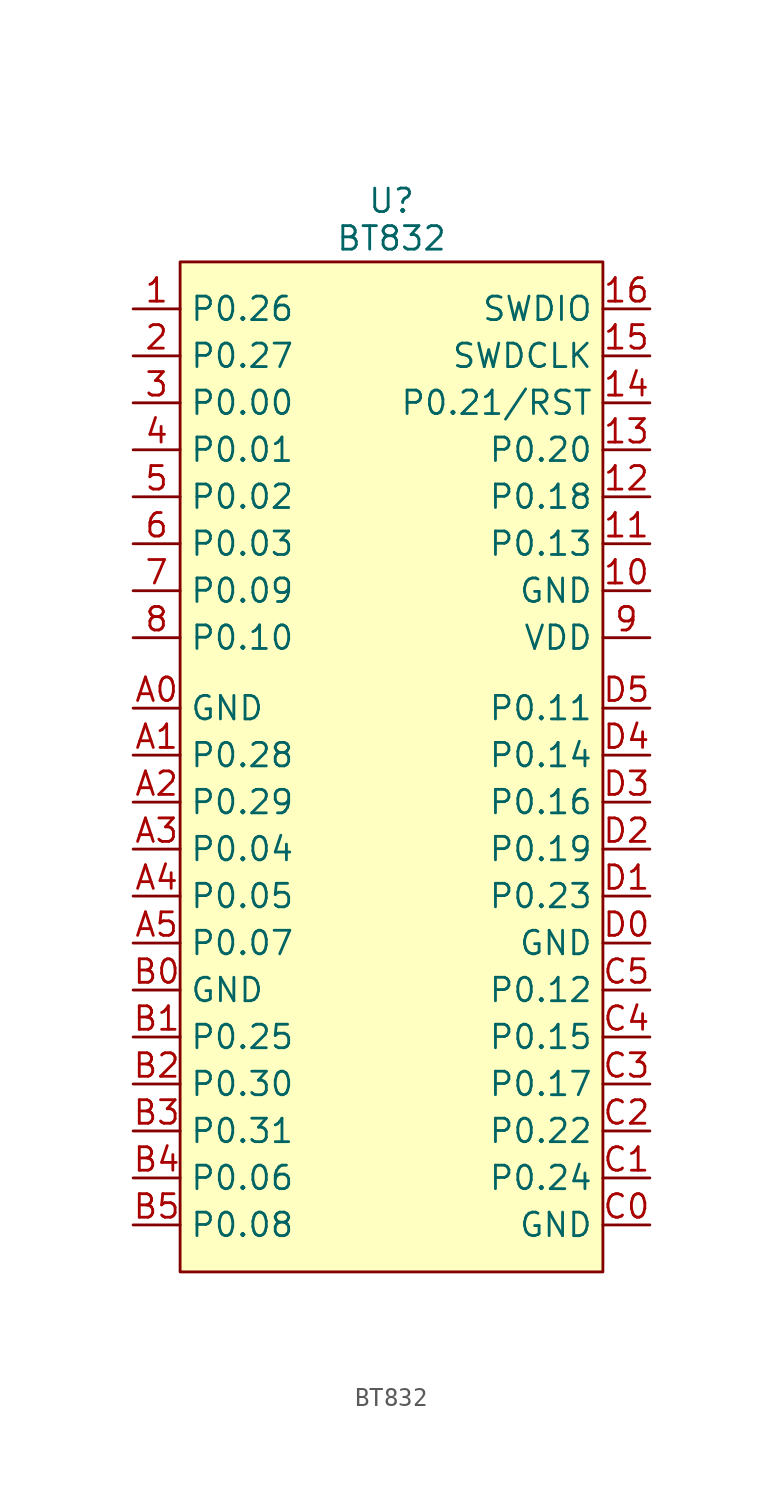
<source format=kicad_sym>
(kicad_symbol_lib
  (version 20231120)
  (generator "kicad_symbol_editor")
  (generator_version "8.0")
  (symbol "BT832"
    (property "Reference" "U"
      (at 0 27.432 0)
      (effects (font (size 1.27 1.27))))
    (property "Value" "BT832"
      (at 0 25.4 0)
      (effects (font (size 1.27 1.27))))
    (symbol "BT832_1_1"
      (rectangle (start -11.43 24.13) (end 11.43 -30.48) (stroke (width 0) (type default)) (fill (type background)))
      (pin bidirectional line (at -13.97 21.59 0) (length 2.54) (name "P0.26" (effects (font (size 1.27 1.27)))) (number "1" (effects (font (size 1.27 1.27)))))
      (pin power_in line (at 13.97 6.35 180) (length 2.54) (name "GND" (effects (font (size 1.27 1.27)))) (number "10" (effects (font (size 1.27 1.27)))))
      (pin bidirectional line (at 13.97 8.89 180) (length 2.54) (name "P0.13" (effects (font (size 1.27 1.27)))) (number "11" (effects (font (size 1.27 1.27)))))
      (pin bidirectional line (at 13.97 11.43 180) (length 2.54) (name "P0.18" (effects (font (size 1.27 1.27)))) (number "12" (effects (font (size 1.27 1.27)))))
      (pin bidirectional line (at 13.97 13.97 180) (length 2.54) (name "P0.20" (effects (font (size 1.27 1.27)))) (number "13" (effects (font (size 1.27 1.27)))))
      (pin bidirectional line (at 13.97 16.51 180) (length 2.54) (name "P0.21/RST" (effects (font (size 1.27 1.27)))) (number "14" (effects (font (size 1.27 1.27)))))
      (pin input line (at 13.97 19.05 180) (length 2.54) (name "SWDCLK" (effects (font (size 1.27 1.27)))) (number "15" (effects (font (size 1.27 1.27)))))
      (pin bidirectional line (at 13.97 21.59 180) (length 2.54) (name "SWDIO" (effects (font (size 1.27 1.27)))) (number "16" (effects (font (size 1.27 1.27)))))
      (pin bidirectional line (at -13.97 19.05 0) (length 2.54) (name "P0.27" (effects (font (size 1.27 1.27)))) (number "2" (effects (font (size 1.27 1.27)))))
      (pin bidirectional line (at -13.97 16.51 0) (length 2.54) (name "P0.00" (effects (font (size 1.27 1.27)))) (number "3" (effects (font (size 1.27 1.27)))))
      (pin bidirectional line (at -13.97 13.97 0) (length 2.54) (name "P0.01" (effects (font (size 1.27 1.27)))) (number "4" (effects (font (size 1.27 1.27)))))
      (pin bidirectional line (at -13.97 11.43 0) (length 2.54) (name "P0.02" (effects (font (size 1.27 1.27)))) (number "5" (effects (font (size 1.27 1.27)))))
      (pin bidirectional line (at -13.97 8.89 0) (length 2.54) (name "P0.03" (effects (font (size 1.27 1.27)))) (number "6" (effects (font (size 1.27 1.27)))))
      (pin bidirectional line (at -13.97 6.35 0) (length 2.54) (name "P0.09" (effects (font (size 1.27 1.27)))) (number "7" (effects (font (size 1.27 1.27)))))
      (pin bidirectional line (at -13.97 3.81 0) (length 2.54) (name "P0.10" (effects (font (size 1.27 1.27)))) (number "8" (effects (font (size 1.27 1.27)))))
      (pin power_in line (at 13.97 3.81 180) (length 2.54) (name "VDD" (effects (font (size 1.27 1.27)))) (number "9" (effects (font (size 1.27 1.27)))))
      (pin power_in line (at -13.97 0 0) (length 2.54) (name "GND" (effects (font (size 1.27 1.27)))) (number "A0" (effects (font (size 1.27 1.27)))))
      (pin bidirectional line (at -13.97 -2.54 0) (length 2.54) (name "P0.28" (effects (font (size 1.27 1.27)))) (number "A1" (effects (font (size 1.27 1.27)))))
      (pin bidirectional line (at -13.97 -5.08 0) (length 2.54) (name "P0.29" (effects (font (size 1.27 1.27)))) (number "A2" (effects (font (size 1.27 1.27)))))
      (pin bidirectional line (at -13.97 -7.62 0) (length 2.54) (name "P0.04" (effects (font (size 1.27 1.27)))) (number "A3" (effects (font (size 1.27 1.27)))))
      (pin bidirectional line (at -13.97 -10.16 0) (length 2.54) (name "P0.05" (effects (font (size 1.27 1.27)))) (number "A4" (effects (font (size 1.27 1.27)))))
      (pin bidirectional line (at -13.97 -12.7 0) (length 2.54) (name "P0.07" (effects (font (size 1.27 1.27)))) (number "A5" (effects (font (size 1.27 1.27)))))
      (pin power_in line (at -13.97 -15.24 0) (length 2.54) (name "GND" (effects (font (size 1.27 1.27)))) (number "B0" (effects (font (size 1.27 1.27)))))
      (pin bidirectional line (at -13.97 -17.78 0) (length 2.54) (name "P0.25" (effects (font (size 1.27 1.27)))) (number "B1" (effects (font (size 1.27 1.27)))))
      (pin bidirectional line (at -13.97 -20.32 0) (length 2.54) (name "P0.30" (effects (font (size 1.27 1.27)))) (number "B2" (effects (font (size 1.27 1.27)))))
      (pin bidirectional line (at -13.97 -22.86 0) (length 2.54) (name "P0.31" (effects (font (size 1.27 1.27)))) (number "B3" (effects (font (size 1.27 1.27)))))
      (pin bidirectional line (at -13.97 -25.4 0) (length 2.54) (name "P0.06" (effects (font (size 1.27 1.27)))) (number "B4" (effects (font (size 1.27 1.27)))))
      (pin bidirectional line (at -13.97 -27.94 0) (length 2.54) (name "P0.08" (effects (font (size 1.27 1.27)))) (number "B5" (effects (font (size 1.27 1.27)))))
      (pin power_in line (at 13.97 -27.94 180) (length 2.54) (name "GND" (effects (font (size 1.27 1.27)))) (number "C0" (effects (font (size 1.27 1.27)))))
      (pin bidirectional line (at 13.97 -25.4 180) (length 2.54) (name "P0.24" (effects (font (size 1.27 1.27)))) (number "C1" (effects (font (size 1.27 1.27)))))
      (pin bidirectional line (at 13.97 -22.86 180) (length 2.54) (name "P0.22" (effects (font (size 1.27 1.27)))) (number "C2" (effects (font (size 1.27 1.27)))))
      (pin bidirectional line (at 13.97 -20.32 180) (length 2.54) (name "P0.17" (effects (font (size 1.27 1.27)))) (number "C3" (effects (font (size 1.27 1.27)))))
      (pin bidirectional line (at 13.97 -17.78 180) (length 2.54) (name "P0.15" (effects (font (size 1.27 1.27)))) (number "C4" (effects (font (size 1.27 1.27)))))
      (pin bidirectional line (at 13.97 -15.24 180) (length 2.54) (name "P0.12" (effects (font (size 1.27 1.27)))) (number "C5" (effects (font (size 1.27 1.27)))))
      (pin power_in line (at 13.97 -12.7 180) (length 2.54) (name "GND" (effects (font (size 1.27 1.27)))) (number "D0" (effects (font (size 1.27 1.27)))))
      (pin bidirectional line (at 13.97 -10.16 180) (length 2.54) (name "P0.23" (effects (font (size 1.27 1.27)))) (number "D1" (effects (font (size 1.27 1.27)))))
      (pin bidirectional line (at 13.97 -7.62 180) (length 2.54) (name "P0.19" (effects (font (size 1.27 1.27)))) (number "D2" (effects (font (size 1.27 1.27)))))
      (pin bidirectional line (at 13.97 -5.08 180) (length 2.54) (name "P0.16" (effects (font (size 1.27 1.27)))) (number "D3" (effects (font (size 1.27 1.27)))))
      (pin bidirectional line (at 13.97 -2.54 180) (length 2.54) (name "P0.14" (effects (font (size 1.27 1.27)))) (number "D4" (effects (font (size 1.27 1.27)))))
      (pin bidirectional line (at 13.97 0 180) (length 2.54) (name "P0.11" (effects (font (size 1.27 1.27)))) (number "D5" (effects (font (size 1.27 1.27))))))))
</source>
